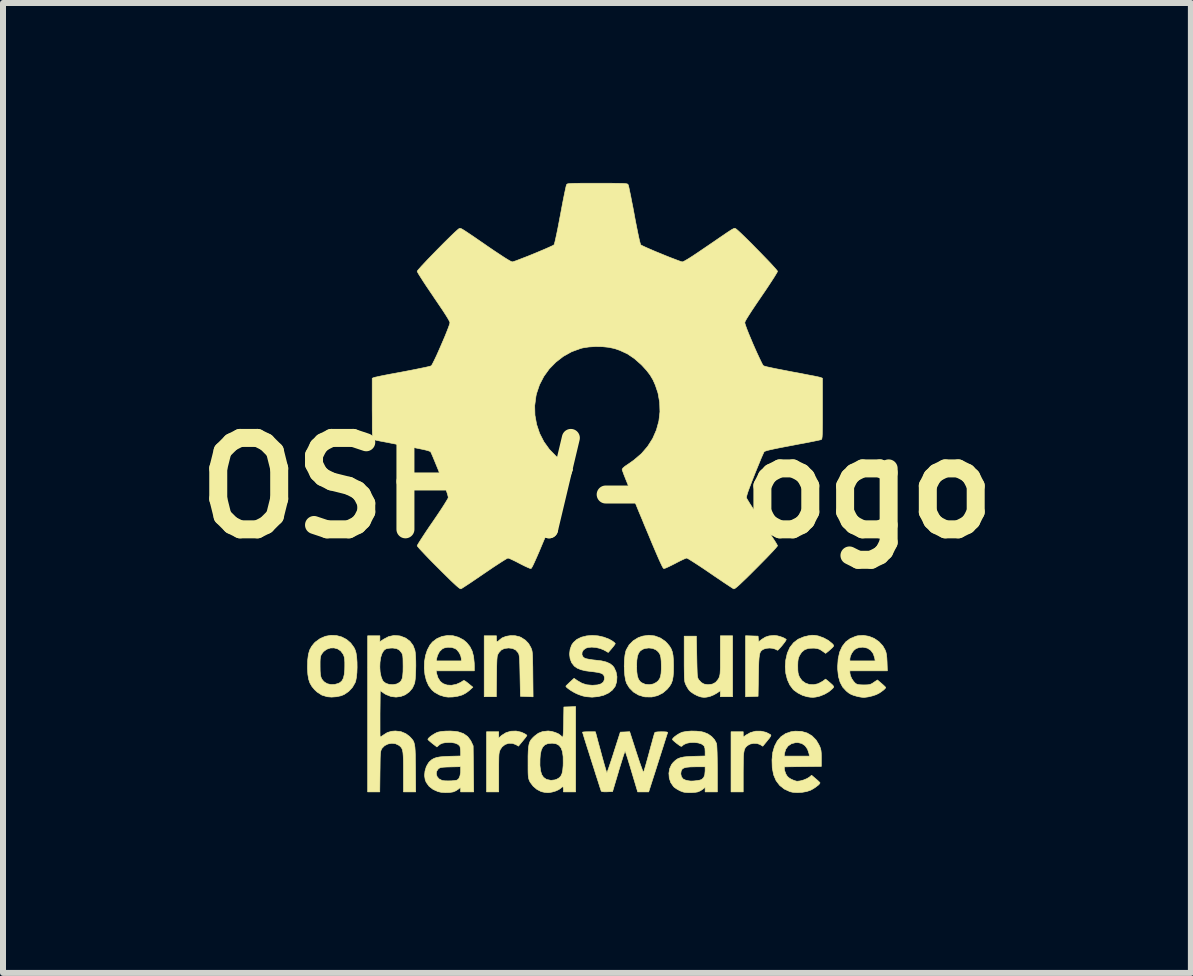
<source format=kicad_pcb>
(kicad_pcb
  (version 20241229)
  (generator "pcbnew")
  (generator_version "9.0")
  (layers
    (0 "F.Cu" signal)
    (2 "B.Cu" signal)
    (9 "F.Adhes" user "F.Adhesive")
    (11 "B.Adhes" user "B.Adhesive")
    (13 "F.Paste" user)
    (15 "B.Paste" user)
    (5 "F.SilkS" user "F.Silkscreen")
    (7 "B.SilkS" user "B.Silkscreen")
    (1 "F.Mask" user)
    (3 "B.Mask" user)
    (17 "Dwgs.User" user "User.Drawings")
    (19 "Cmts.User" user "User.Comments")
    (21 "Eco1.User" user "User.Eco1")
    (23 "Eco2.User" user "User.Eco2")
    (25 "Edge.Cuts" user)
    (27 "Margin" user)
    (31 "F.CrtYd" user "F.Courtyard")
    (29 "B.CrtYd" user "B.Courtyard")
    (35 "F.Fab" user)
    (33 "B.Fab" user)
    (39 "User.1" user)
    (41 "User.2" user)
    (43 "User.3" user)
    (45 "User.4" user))
  (footprint "OSHW-logo"
    (layer "F.Cu")
    (at 6.902 5.085)
    (property "Reference" "OSHW-logo" (at 0 0 0) (layer "F.SilkS") (effects (font (size 1.524 1.524) (thickness 0.3))))
    (attr through_hole board_only exclude_from_pos_files exclude_from_bom allow_missing_courtyard)
    (fp_poly (pts (xy 2.821 4.074) (xy 2.894 4.113) (xy 2.9 4.122) (xy 2.894 4.14) (xy 2.875 4.169) (xy 2.84 4.212) (xy 2.838 4.215) (xy 2.764 4.305) (xy 2.721 4.278) (xy 2.671 4.26) (xy 2.611 4.257) (xy 2.554 4.269) (xy 2.517 4.289) (xy 2.495 4.306) (xy 2.477 4.325) (xy 2.464 4.347) (xy 2.454 4.377) (xy 2.447 4.417) (xy 2.442 4.47) (xy 2.44 4.54) (xy 2.439 4.629) (xy 2.438 4.734) (xy 2.438 5.067) (xy 2.235 5.067) (xy 2.235 4.064) (xy 2.438 4.064) (xy 2.438 4.154) (xy 2.483 4.12) (xy 2.56 4.077) (xy 2.646 4.054) (xy 2.735 4.054) (xy 2.821 4.074)) (stroke (width 0.01) (type solid)) (fill yes) (layer "F.SilkS"))
    (fp_poly (pts (xy -1.262 4.071) (xy -1.235 4.083) (xy -1.199 4.101) (xy -1.175 4.117) (xy -1.168 4.124) (xy -1.176 4.138) (xy -1.196 4.166) (xy -1.226 4.203) (xy -1.239 4.219) (xy -1.309 4.304) (xy -1.35 4.279) (xy -1.41 4.257) (xy -1.472 4.256) (xy -1.531 4.276) (xy -1.581 4.315) (xy -1.61 4.356) (xy -1.618 4.374) (xy -1.625 4.392) (xy -1.63 4.414) (xy -1.634 4.443) (xy -1.636 4.482) (xy -1.637 4.535) (xy -1.638 4.606) (xy -1.638 4.696) (xy -1.638 4.74) (xy -1.638 5.067) (xy -1.841 5.067) (xy -1.841 4.064) (xy -1.638 4.064) (xy -1.638 4.168) (xy -1.588 4.124) (xy -1.516 4.079) (xy -1.435 4.055) (xy -1.348 4.052) (xy -1.262 4.071)) (stroke (width 0.01) (type solid)) (fill yes) (layer "F.SilkS"))
    (fp_poly (pts (xy 2.965 2.459) (xy 3.006 2.464) (xy 3.054 2.477) (xy 3.1 2.493) (xy 3.136 2.511) (xy 3.156 2.527) (xy 3.15 2.539) (xy 3.133 2.566) (xy 3.107 2.6) (xy 3.078 2.636) (xy 3.049 2.669) (xy 3.026 2.694) (xy 3.013 2.705) (xy 3.012 2.705) (xy 2.996 2.699) (xy 2.972 2.686) (xy 2.93 2.673) (xy 2.877 2.668) (xy 2.823 2.673) (xy 2.783 2.685) (xy 2.759 2.698) (xy 2.741 2.712) (xy 2.726 2.73) (xy 2.716 2.754) (xy 2.708 2.789) (xy 2.702 2.836) (xy 2.698 2.898) (xy 2.695 2.979) (xy 2.693 3.082) (xy 2.692 3.124) (xy 2.686 3.473) (xy 2.581 3.477) (xy 2.477 3.481) (xy 2.477 2.463) (xy 2.686 2.47) (xy 2.694 2.564) (xy 2.751 2.521) (xy 2.808 2.486) (xy 2.869 2.466) (xy 2.944 2.459) (xy 2.965 2.459)) (stroke (width 0.01) (type solid)) (fill yes) (layer "F.SilkS"))
    (fp_poly (pts (xy -1.363 2.463) (xy -1.291 2.48) (xy -1.264 2.492) (xy -1.193 2.538) (xy -1.14 2.594) (xy -1.102 2.661) (xy -1.094 2.68) (xy -1.087 2.699) (xy -1.082 2.721) (xy -1.078 2.75) (xy -1.075 2.788) (xy -1.073 2.838) (xy -1.072 2.905) (xy -1.07 2.99) (xy -1.069 3.097) (xy -1.069 3.103) (xy -1.065 3.481) (xy -1.171 3.477) (xy -1.276 3.473) (xy -1.283 3.131) (xy -1.285 3.027) (xy -1.287 2.945) (xy -1.289 2.883) (xy -1.292 2.836) (xy -1.296 2.803) (xy -1.3 2.779) (xy -1.306 2.761) (xy -1.313 2.748) (xy -1.353 2.702) (xy -1.407 2.675) (xy -1.473 2.667) (xy -1.541 2.675) (xy -1.593 2.699) (xy -1.635 2.744) (xy -1.64 2.752) (xy -1.649 2.768) (xy -1.656 2.783) (xy -1.662 2.802) (xy -1.665 2.828) (xy -1.668 2.864) (xy -1.67 2.914) (xy -1.672 2.98) (xy -1.673 3.066) (xy -1.674 3.14) (xy -1.678 3.48) (xy -1.88 3.48) (xy -1.88 2.464) (xy -1.676 2.464) (xy -1.676 2.515) (xy -1.674 2.551) (xy -1.664 2.563) (xy -1.645 2.553) (xy -1.631 2.538) (xy -1.581 2.499) (xy -1.515 2.473) (xy -1.44 2.461) (xy -1.363 2.463)) (stroke (width 0.01) (type solid)) (fill yes) (layer "F.SilkS"))
    (fp_poly (pts (xy 2.261 3.48) (xy 2.057 3.48) (xy 2.057 3.38) (xy 1.994 3.422) (xy 1.946 3.449) (xy 1.893 3.471) (xy 1.867 3.479) (xy 1.818 3.488) (xy 1.782 3.49) (xy 1.746 3.486) (xy 1.719 3.48) (xy 1.67 3.462) (xy 1.615 3.433) (xy 1.565 3.399) (xy 1.54 3.376) (xy 1.519 3.347) (xy 1.495 3.306) (xy 1.483 3.283) (xy 1.475 3.264) (xy 1.468 3.245) (xy 1.463 3.224) (xy 1.46 3.196) (xy 1.457 3.159) (xy 1.456 3.11) (xy 1.455 3.046) (xy 1.454 2.962) (xy 1.454 2.857) (xy 1.454 2.845) (xy 1.454 2.47) (xy 1.657 2.47) (xy 1.664 2.815) (xy 1.666 2.919) (xy 1.668 2.999) (xy 1.67 3.061) (xy 1.672 3.107) (xy 1.676 3.139) (xy 1.68 3.162) (xy 1.686 3.178) (xy 1.693 3.191) (xy 1.696 3.196) (xy 1.739 3.243) (xy 1.785 3.269) (xy 1.842 3.278) (xy 1.852 3.279) (xy 1.922 3.27) (xy 1.977 3.242) (xy 2.019 3.192) (xy 2.029 3.175) (xy 2.038 3.157) (xy 2.044 3.139) (xy 2.049 3.117) (xy 2.053 3.088) (xy 2.055 3.049) (xy 2.057 2.996) (xy 2.057 2.926) (xy 2.057 2.835) (xy 2.057 2.791) (xy 2.057 2.464) (xy 2.261 2.464) (xy 2.261 3.48)) (stroke (width 0.01) (type solid)) (fill yes) (layer "F.SilkS"))
    (fp_poly (pts (xy -2.4 2.463) (xy -2.31 2.488) (xy -2.227 2.532) (xy -2.174 2.576) (xy -2.12 2.642) (xy -2.081 2.719) (xy -2.057 2.81) (xy -2.046 2.919) (xy -2.045 2.969) (xy -2.045 3.048) (xy -2.681 3.048) (xy -2.672 3.096) (xy -2.65 3.166) (xy -2.612 3.225) (xy -2.565 3.262) (xy -2.5 3.285) (xy -2.425 3.289) (xy -2.347 3.274) (xy -2.272 3.241) (xy -2.241 3.22) (xy -2.226 3.211) (xy -2.211 3.211) (xy -2.191 3.223) (xy -2.159 3.247) (xy -2.142 3.261) (xy -2.069 3.321) (xy -2.127 3.374) (xy -2.172 3.409) (xy -2.223 3.439) (xy -2.252 3.452) (xy -2.323 3.472) (xy -2.403 3.484) (xy -2.482 3.486) (xy -2.538 3.479) (xy -2.626 3.451) (xy -2.705 3.407) (xy -2.752 3.367) (xy -2.805 3.297) (xy -2.844 3.21) (xy -2.868 3.112) (xy -2.879 3.007) (xy -2.876 2.9) (xy -2.873 2.883) (xy -2.679 2.883) (xy -2.261 2.883) (xy -2.261 2.847) (xy -2.271 2.798) (xy -2.296 2.746) (xy -2.332 2.701) (xy -2.362 2.678) (xy -2.421 2.658) (xy -2.486 2.655) (xy -2.547 2.667) (xy -2.579 2.683) (xy -2.625 2.727) (xy -2.658 2.79) (xy -2.672 2.842) (xy -2.679 2.883) (xy -2.873 2.883) (xy -2.859 2.796) (xy -2.828 2.701) (xy -2.784 2.618) (xy -2.742 2.567) (xy -2.668 2.511) (xy -2.584 2.475) (xy -2.493 2.459) (xy -2.4 2.463)) (stroke (width 0.01) (type solid)) (fill yes) (layer "F.SilkS"))
    (fp_poly (pts (xy 0.963 2.466) (xy 1.055 2.5) (xy 1.138 2.556) (xy 1.173 2.592) (xy 1.21 2.637) (xy 1.237 2.682) (xy 1.256 2.732) (xy 1.268 2.792) (xy 1.274 2.867) (xy 1.276 2.961) (xy 1.276 2.972) (xy 1.275 3.069) (xy 1.269 3.145) (xy 1.258 3.206) (xy 1.24 3.257) (xy 1.213 3.302) (xy 1.177 3.347) (xy 1.173 3.352) (xy 1.099 3.416) (xy 1.011 3.461) (xy 0.914 3.484) (xy 0.811 3.483) (xy 0.785 3.48) (xy 0.691 3.451) (xy 0.608 3.401) (xy 0.54 3.332) (xy 0.493 3.255) (xy 0.476 3.2) (xy 0.464 3.126) (xy 0.457 3.042) (xy 0.455 2.968) (xy 0.661 2.968) (xy 0.661 2.971) (xy 0.664 3.063) (xy 0.673 3.133) (xy 0.691 3.186) (xy 0.717 3.224) (xy 0.743 3.246) (xy 0.803 3.272) (xy 0.871 3.279) (xy 0.937 3.268) (xy 0.99 3.241) (xy 1.022 3.213) (xy 1.045 3.181) (xy 1.06 3.142) (xy 1.069 3.089) (xy 1.073 3.018) (xy 1.073 2.972) (xy 1.071 2.889) (xy 1.065 2.827) (xy 1.053 2.78) (xy 1.033 2.744) (xy 1.004 2.714) (xy 0.979 2.696) (xy 0.927 2.674) (xy 0.864 2.667) (xy 0.8 2.675) (xy 0.762 2.689) (xy 0.722 2.716) (xy 0.693 2.754) (xy 0.674 2.807) (xy 0.664 2.877) (xy 0.661 2.968) (xy 0.455 2.968) (xy 0.455 2.952) (xy 0.458 2.864) (xy 0.467 2.784) (xy 0.481 2.72) (xy 0.488 2.7) (xy 0.536 2.616) (xy 0.604 2.547) (xy 0.688 2.495) (xy 0.764 2.469) (xy 0.865 2.455) (xy 0.963 2.466)) (stroke (width 0.01) (type solid)) (fill yes) (layer "F.SilkS"))
    (fp_poly (pts (xy 3.41 4.058) (xy 3.504 4.085) (xy 3.585 4.133) (xy 3.653 4.202) (xy 3.697 4.275) (xy 3.716 4.314) (xy 3.728 4.347) (xy 3.735 4.38) (xy 3.739 4.42) (xy 3.74 4.476) (xy 3.74 4.501) (xy 3.74 4.642) (xy 3.432 4.645) (xy 3.124 4.649) (xy 3.124 4.683) (xy 3.13 4.715) (xy 3.144 4.755) (xy 3.15 4.77) (xy 3.175 4.81) (xy 3.21 4.839) (xy 3.242 4.857) (xy 3.284 4.875) (xy 3.322 4.887) (xy 3.34 4.889) (xy 3.39 4.883) (xy 3.447 4.867) (xy 3.502 4.844) (xy 3.541 4.82) (xy 3.578 4.789) (xy 3.646 4.847) (xy 3.681 4.877) (xy 3.706 4.901) (xy 3.718 4.914) (xy 3.718 4.915) (xy 3.712 4.93) (xy 3.689 4.954) (xy 3.653 4.981) (xy 3.612 5.01) (xy 3.569 5.034) (xy 3.557 5.04) (xy 3.493 5.061) (xy 3.417 5.074) (xy 3.338 5.078) (xy 3.264 5.073) (xy 3.219 5.063) (xy 3.123 5.019) (xy 3.046 4.958) (xy 2.986 4.879) (xy 2.945 4.783) (xy 2.923 4.67) (xy 2.922 4.665) (xy 2.918 4.531) (xy 2.924 4.47) (xy 3.121 4.47) (xy 3.543 4.47) (xy 3.535 4.429) (xy 3.51 4.354) (xy 3.47 4.297) (xy 3.416 4.26) (xy 3.35 4.244) (xy 3.312 4.245) (xy 3.242 4.263) (xy 3.186 4.301) (xy 3.147 4.355) (xy 3.128 4.418) (xy 3.121 4.47) (xy 2.924 4.47) (xy 2.93 4.41) (xy 2.96 4.306) (xy 3.006 4.217) (xy 3.067 4.147) (xy 3.143 4.095) (xy 3.233 4.064) (xy 3.304 4.054) (xy 3.41 4.058)) (stroke (width 0.01) (type solid)) (fill yes) (layer "F.SilkS"))
    (fp_poly (pts (xy 3.627 2.456) (xy 3.675 2.464) (xy 3.696 2.469) (xy 3.778 2.499) (xy 3.856 2.541) (xy 3.918 2.591) (xy 3.924 2.597) (xy 3.943 2.619) (xy 3.946 2.634) (xy 3.933 2.651) (xy 3.93 2.656) (xy 3.904 2.68) (xy 3.87 2.71) (xy 3.859 2.72) (xy 3.812 2.757) (xy 3.753 2.715) (xy 3.715 2.691) (xy 3.678 2.678) (xy 3.632 2.671) (xy 3.609 2.67) (xy 3.528 2.673) (xy 3.464 2.695) (xy 3.413 2.737) (xy 3.379 2.788) (xy 3.363 2.823) (xy 3.354 2.856) (xy 3.349 2.896) (xy 3.347 2.951) (xy 3.347 2.972) (xy 3.348 3.034) (xy 3.352 3.079) (xy 3.36 3.114) (xy 3.374 3.148) (xy 3.376 3.153) (xy 3.418 3.212) (xy 3.475 3.253) (xy 3.541 3.276) (xy 3.614 3.279) (xy 3.687 3.263) (xy 3.758 3.225) (xy 3.769 3.218) (xy 3.811 3.186) (xy 3.858 3.224) (xy 3.892 3.253) (xy 3.922 3.28) (xy 3.93 3.288) (xy 3.945 3.307) (xy 3.945 3.322) (xy 3.929 3.342) (xy 3.924 3.347) (xy 3.866 3.396) (xy 3.792 3.439) (xy 3.714 3.47) (xy 3.702 3.473) (xy 3.649 3.485) (xy 3.605 3.49) (xy 3.559 3.488) (xy 3.504 3.48) (xy 3.427 3.457) (xy 3.35 3.418) (xy 3.282 3.369) (xy 3.269 3.356) (xy 3.215 3.284) (xy 3.174 3.194) (xy 3.148 3.091) (xy 3.139 2.98) (xy 3.147 2.869) (xy 3.173 2.754) (xy 3.216 2.658) (xy 3.277 2.58) (xy 3.354 2.521) (xy 3.45 2.481) (xy 3.527 2.463) (xy 3.582 2.455) (xy 3.627 2.456)) (stroke (width 0.01) (type solid)) (fill yes) (layer "F.SilkS"))
    (fp_poly (pts (xy -4.343 2.46) (xy -4.256 2.483) (xy -4.175 2.525) (xy -4.105 2.585) (xy -4.05 2.661) (xy -4.031 2.701) (xy -4.016 2.752) (xy -4.006 2.822) (xy -4 2.904) (xy -3.999 2.991) (xy -4.002 3.077) (xy -4.01 3.155) (xy -4.022 3.217) (xy -4.031 3.244) (xy -4.077 3.324) (xy -4.14 3.392) (xy -4.215 3.443) (xy -4.267 3.464) (xy -4.343 3.48) (xy -4.425 3.486) (xy -4.497 3.48) (xy -4.586 3.453) (xy -4.665 3.402) (xy -4.707 3.363) (xy -4.752 3.309) (xy -4.785 3.252) (xy -4.807 3.187) (xy -4.82 3.108) (xy -4.826 3.012) (xy -4.826 2.972) (xy -4.616 2.972) (xy -4.615 3.05) (xy -4.611 3.108) (xy -4.602 3.152) (xy -4.587 3.186) (xy -4.564 3.215) (xy -4.544 3.235) (xy -4.497 3.263) (xy -4.437 3.277) (xy -4.372 3.275) (xy -4.311 3.258) (xy -4.282 3.243) (xy -4.25 3.213) (xy -4.227 3.17) (xy -4.213 3.11) (xy -4.205 3.031) (xy -4.204 2.971) (xy -4.204 2.905) (xy -4.207 2.857) (xy -4.212 2.822) (xy -4.221 2.794) (xy -4.232 2.769) (xy -4.272 2.716) (xy -4.324 2.682) (xy -4.384 2.666) (xy -4.446 2.668) (xy -4.506 2.689) (xy -4.559 2.728) (xy -4.59 2.769) (xy -4.602 2.791) (xy -4.609 2.816) (xy -4.614 2.85) (xy -4.616 2.897) (xy -4.616 2.964) (xy -4.616 2.972) (xy -4.826 2.972) (xy -4.822 2.863) (xy -4.811 2.775) (xy -4.79 2.702) (xy -4.757 2.641) (xy -4.713 2.586) (xy -4.693 2.567) (xy -4.613 2.509) (xy -4.526 2.472) (xy -4.435 2.456) (xy -4.343 2.46)) (stroke (width 0.01) (type solid)) (fill yes) (layer "F.SilkS"))
    (fp_poly (pts (xy 4.535 2.473) (xy 4.623 2.509) (xy 4.701 2.563) (xy 4.765 2.632) (xy 4.802 2.697) (xy 4.817 2.735) (xy 4.826 2.777) (xy 4.832 2.831) (xy 4.836 2.902) (xy 4.836 2.905) (xy 4.841 3.048) (xy 4.216 3.048) (xy 4.216 3.083) (xy 4.225 3.127) (xy 4.247 3.178) (xy 4.278 3.224) (xy 4.309 3.257) (xy 4.333 3.271) (xy 4.363 3.279) (xy 4.405 3.282) (xy 4.449 3.283) (xy 4.503 3.282) (xy 4.539 3.278) (xy 4.568 3.269) (xy 4.598 3.252) (xy 4.614 3.241) (xy 4.675 3.2) (xy 4.744 3.259) (xy 4.778 3.289) (xy 4.803 3.313) (xy 4.813 3.326) (xy 4.813 3.327) (xy 4.803 3.344) (xy 4.776 3.369) (xy 4.736 3.399) (xy 4.701 3.422) (xy 4.652 3.446) (xy 4.588 3.467) (xy 4.519 3.483) (xy 4.458 3.491) (xy 4.439 3.491) (xy 4.403 3.487) (xy 4.358 3.479) (xy 4.337 3.474) (xy 4.277 3.457) (xy 4.233 3.439) (xy 4.195 3.416) (xy 4.156 3.384) (xy 4.096 3.319) (xy 4.053 3.238) (xy 4.025 3.14) (xy 4.013 3.024) (xy 4.012 2.977) (xy 4.021 2.847) (xy 4.021 2.847) (xy 4.216 2.847) (xy 4.216 2.883) (xy 4.638 2.883) (xy 4.63 2.835) (xy 4.606 2.762) (xy 4.565 2.707) (xy 4.509 2.67) (xy 4.441 2.655) (xy 4.427 2.654) (xy 4.369 2.66) (xy 4.32 2.677) (xy 4.318 2.678) (xy 4.279 2.71) (xy 4.245 2.757) (xy 4.223 2.809) (xy 4.216 2.847) (xy 4.021 2.847) (xy 4.046 2.735) (xy 4.089 2.641) (xy 4.148 2.565) (xy 4.224 2.509) (xy 4.315 2.472) (xy 4.346 2.464) (xy 4.441 2.457) (xy 4.535 2.473)) (stroke (width 0.01) (type solid)) (fill yes) (layer "F.SilkS"))
    (fp_poly (pts (xy -0.356 5.067) (xy -0.559 5.067) (xy -0.559 5.023) (xy -0.562 4.99) (xy -0.573 4.98) (xy -0.594 4.994) (xy -0.603 5.004) (xy -0.636 5.028) (xy -0.686 5.051) (xy -0.743 5.068) (xy -0.799 5.078) (xy -0.823 5.079) (xy -0.873 5.074) (xy -0.924 5.063) (xy -0.935 5.059) (xy -1.002 5.024) (xy -1.064 4.971) (xy -1.112 4.908) (xy -1.12 4.893) (xy -1.13 4.871) (xy -1.137 4.85) (xy -1.142 4.825) (xy -1.146 4.793) (xy -1.148 4.749) (xy -1.149 4.689) (xy -1.149 4.627) (xy -0.951 4.627) (xy -0.941 4.712) (xy -0.922 4.777) (xy -0.891 4.824) (xy -0.849 4.854) (xy -0.836 4.86) (xy -0.767 4.874) (xy -0.7 4.866) (xy -0.666 4.853) (xy -0.629 4.831) (xy -0.602 4.802) (xy -0.583 4.761) (xy -0.571 4.705) (xy -0.564 4.629) (xy -0.563 4.585) (xy -0.564 4.48) (xy -0.575 4.397) (xy -0.598 4.334) (xy -0.632 4.291) (xy -0.679 4.265) (xy -0.74 4.255) (xy -0.754 4.255) (xy -0.819 4.261) (xy -0.868 4.282) (xy -0.905 4.319) (xy -0.93 4.375) (xy -0.945 4.451) (xy -0.95 4.519) (xy -0.951 4.627) (xy -1.149 4.627) (xy -1.149 4.609) (xy -1.149 4.572) (xy -1.149 4.468) (xy -1.146 4.386) (xy -1.141 4.322) (xy -1.132 4.271) (xy -1.119 4.231) (xy -1.1 4.198) (xy -1.074 4.168) (xy -1.042 4.137) (xy -0.978 4.089) (xy -0.91 4.062) (xy -0.83 4.052) (xy -0.811 4.051) (xy -0.756 4.058) (xy -0.697 4.075) (xy -0.643 4.098) (xy -0.604 4.126) (xy -0.599 4.132) (xy -0.58 4.149) (xy -0.57 4.153) (xy -0.567 4.141) (xy -0.563 4.107) (xy -0.56 4.056) (xy -0.558 3.991) (xy -0.556 3.915) (xy -0.556 3.902) (xy -0.552 3.651) (xy -0.454 3.648) (xy -0.356 3.644) (xy -0.356 5.067)) (stroke (width 0.01) (type solid)) (fill yes) (layer "F.SilkS"))
    (fp_poly (pts (xy -2.368 4.057) (xy -2.313 4.065) (xy -2.227 4.094) (xy -2.158 4.142) (xy -2.108 4.207) (xy -2.098 4.226) (xy -2.064 4.299) (xy -2.055 5.067) (xy -2.273 5.067) (xy -2.273 4.989) (xy -2.312 5.021) (xy -2.351 5.047) (xy -2.395 5.066) (xy -2.398 5.067) (xy -2.457 5.076) (xy -2.528 5.078) (xy -2.599 5.073) (xy -2.65 5.062) (xy -2.732 5.025) (xy -2.799 4.973) (xy -2.846 4.908) (xy -2.863 4.867) (xy -2.874 4.797) (xy -2.872 4.769) (xy -2.679 4.769) (xy -2.665 4.812) (xy -2.634 4.849) (xy -2.587 4.873) (xy -2.571 4.878) (xy -2.532 4.882) (xy -2.48 4.883) (xy -2.424 4.882) (xy -2.373 4.877) (xy -2.337 4.871) (xy -2.331 4.869) (xy -2.304 4.846) (xy -2.285 4.803) (xy -2.274 4.747) (xy -2.273 4.718) (xy -2.273 4.646) (xy -2.444 4.65) (xy -2.513 4.652) (xy -2.562 4.655) (xy -2.595 4.659) (xy -2.617 4.665) (xy -2.634 4.674) (xy -2.647 4.685) (xy -2.674 4.725) (xy -2.679 4.769) (xy -2.872 4.769) (xy -2.867 4.72) (xy -2.845 4.646) (xy -2.809 4.583) (xy -2.786 4.557) (xy -2.752 4.528) (xy -2.716 4.508) (xy -2.673 4.493) (xy -2.618 4.483) (xy -2.548 4.477) (xy -2.461 4.473) (xy -2.273 4.468) (xy -2.273 4.398) (xy -2.276 4.354) (xy -2.282 4.317) (xy -2.287 4.303) (xy -2.315 4.275) (xy -2.363 4.254) (xy -2.424 4.243) (xy -2.455 4.242) (xy -2.526 4.245) (xy -2.578 4.255) (xy -2.617 4.273) (xy -2.635 4.288) (xy -2.668 4.317) (xy -2.744 4.259) (xy -2.78 4.229) (xy -2.807 4.205) (xy -2.819 4.191) (xy -2.819 4.19) (xy -2.809 4.172) (xy -2.782 4.147) (xy -2.745 4.12) (xy -2.704 4.095) (xy -2.665 4.075) (xy -2.649 4.07) (xy -2.593 4.059) (xy -2.521 4.053) (xy -2.443 4.052) (xy -2.368 4.057)) (stroke (width 0.01) (type solid)) (fill yes) (layer "F.SilkS"))
    (fp_poly (pts (xy 0.018 2.465) (xy 0.115 2.487) (xy 0.207 2.523) (xy 0.263 2.556) (xy 0.29 2.577) (xy 0.304 2.593) (xy 0.305 2.595) (xy 0.297 2.609) (xy 0.277 2.637) (xy 0.248 2.672) (xy 0.247 2.674) (xy 0.188 2.742) (xy 0.118 2.702) (xy 0.055 2.676) (xy -0.016 2.659) (xy -0.087 2.653) (xy -0.15 2.659) (xy -0.189 2.672) (xy -0.228 2.703) (xy -0.249 2.742) (xy -0.25 2.782) (xy -0.231 2.818) (xy -0.204 2.838) (xy -0.176 2.847) (xy -0.13 2.856) (xy -0.073 2.865) (xy -0.025 2.87) (xy 0.076 2.882) (xy 0.156 2.902) (xy 0.217 2.929) (xy 0.262 2.965) (xy 0.285 2.994) (xy 0.318 3.066) (xy 0.333 3.147) (xy 0.328 3.229) (xy 0.304 3.305) (xy 0.301 3.31) (xy 0.256 3.369) (xy 0.192 3.418) (xy 0.112 3.455) (xy 0.019 3.478) (xy -0.081 3.487) (xy -0.183 3.479) (xy -0.236 3.467) (xy -0.296 3.447) (xy -0.34 3.429) (xy -0.387 3.405) (xy -0.434 3.377) (xy -0.474 3.349) (xy -0.504 3.325) (xy -0.518 3.307) (xy -0.518 3.303) (xy -0.508 3.291) (xy -0.483 3.267) (xy -0.451 3.236) (xy -0.448 3.234) (xy -0.382 3.173) (xy -0.325 3.213) (xy -0.247 3.257) (xy -0.169 3.281) (xy -0.079 3.289) (xy -0.074 3.289) (xy 0.008 3.283) (xy 0.068 3.265) (xy 0.107 3.235) (xy 0.124 3.192) (xy 0.125 3.16) (xy 0.117 3.129) (xy 0.099 3.105) (xy 0.067 3.088) (xy 0.018 3.075) (xy -0.052 3.065) (xy -0.088 3.061) (xy -0.189 3.048) (xy -0.268 3.029) (xy -0.33 3.003) (xy -0.377 2.97) (xy -0.379 2.968) (xy -0.422 2.913) (xy -0.448 2.844) (xy -0.457 2.768) (xy -0.448 2.692) (xy -0.423 2.62) (xy -0.393 2.576) (xy -0.336 2.525) (xy -0.261 2.488) (xy -0.175 2.466) (xy -0.08 2.458) (xy 0.018 2.465)) (stroke (width 0.01) (type solid)) (fill yes) (layer "F.SilkS"))
    (fp_poly (pts (xy 1.661 4.054) (xy 1.741 4.063) (xy 1.783 4.073) (xy 1.851 4.101) (xy 1.912 4.144) (xy 1.96 4.197) (xy 1.99 4.253) (xy 1.993 4.261) (xy 1.997 4.29) (xy 2 4.343) (xy 2.003 4.416) (xy 2.005 4.509) (xy 2.006 4.619) (xy 2.007 4.689) (xy 2.007 5.067) (xy 1.803 5.067) (xy 1.803 4.989) (xy 1.765 5.021) (xy 1.726 5.047) (xy 1.682 5.066) (xy 1.679 5.067) (xy 1.635 5.074) (xy 1.578 5.078) (xy 1.518 5.078) (xy 1.465 5.074) (xy 1.435 5.068) (xy 1.383 5.048) (xy 1.331 5.019) (xy 1.288 4.989) (xy 1.275 4.976) (xy 1.23 4.911) (xy 1.205 4.835) (xy 1.2 4.766) (xy 1.397 4.766) (xy 1.408 4.815) (xy 1.437 4.852) (xy 1.476 4.87) (xy 1.511 4.878) (xy 1.53 4.882) (xy 1.567 4.886) (xy 1.617 4.884) (xy 1.669 4.878) (xy 1.716 4.87) (xy 1.747 4.858) (xy 1.749 4.857) (xy 1.78 4.826) (xy 1.797 4.781) (xy 1.803 4.716) (xy 1.803 4.711) (xy 1.803 4.648) (xy 1.644 4.648) (xy 1.557 4.65) (xy 1.493 4.656) (xy 1.448 4.668) (xy 1.419 4.688) (xy 1.404 4.717) (xy 1.398 4.755) (xy 1.397 4.766) (xy 1.2 4.766) (xy 1.199 4.756) (xy 1.212 4.679) (xy 1.244 4.609) (xy 1.273 4.573) (xy 1.31 4.539) (xy 1.348 4.513) (xy 1.393 4.496) (xy 1.449 4.484) (xy 1.52 4.477) (xy 1.611 4.473) (xy 1.616 4.473) (xy 1.803 4.468) (xy 1.803 4.394) (xy 1.8 4.34) (xy 1.788 4.305) (xy 1.781 4.295) (xy 1.742 4.267) (xy 1.687 4.25) (xy 1.623 4.242) (xy 1.556 4.244) (xy 1.495 4.256) (xy 1.446 4.278) (xy 1.424 4.297) (xy 1.414 4.306) (xy 1.4 4.306) (xy 1.378 4.294) (xy 1.343 4.268) (xy 1.332 4.26) (xy 1.296 4.231) (xy 1.269 4.207) (xy 1.258 4.193) (xy 1.257 4.192) (xy 1.268 4.172) (xy 1.295 4.146) (xy 1.333 4.118) (xy 1.374 4.093) (xy 1.415 4.074) (xy 1.424 4.071) (xy 1.492 4.058) (xy 1.574 4.052) (xy 1.661 4.054)) (stroke (width 0.01) (type solid)) (fill yes) (layer "F.SilkS"))
    (fp_poly (pts (xy 0.656 4.406) (xy 0.685 4.494) (xy 0.711 4.573) (xy 0.735 4.64) (xy 0.754 4.692) (xy 0.767 4.727) (xy 0.775 4.74) (xy 0.775 4.74) (xy 0.781 4.726) (xy 0.792 4.69) (xy 0.808 4.637) (xy 0.827 4.569) (xy 0.849 4.49) (xy 0.87 4.413) (xy 0.893 4.327) (xy 0.915 4.248) (xy 0.933 4.181) (xy 0.948 4.128) (xy 0.958 4.093) (xy 0.962 4.08) (xy 0.976 4.071) (xy 1.012 4.066) (xy 1.071 4.064) (xy 1.076 4.064) (xy 1.131 4.065) (xy 1.164 4.068) (xy 1.177 4.074) (xy 1.178 4.08) (xy 1.172 4.096) (xy 1.16 4.133) (xy 1.143 4.186) (xy 1.122 4.252) (xy 1.099 4.325) (xy 1.095 4.337) (xy 1.064 4.434) (xy 1.029 4.544) (xy 0.993 4.658) (xy 0.959 4.765) (xy 0.94 4.823) (xy 0.862 5.067) (xy 0.679 5.067) (xy 0.578 4.73) (xy 0.552 4.642) (xy 0.527 4.562) (xy 0.506 4.493) (xy 0.488 4.439) (xy 0.476 4.403) (xy 0.47 4.388) (xy 0.469 4.388) (xy 0.464 4.398) (xy 0.452 4.43) (xy 0.435 4.48) (xy 0.415 4.545) (xy 0.391 4.622) (xy 0.364 4.709) (xy 0.361 4.722) (xy 0.26 5.061) (xy 0.168 5.065) (xy 0.115 5.065) (xy 0.084 5.061) (xy 0.07 5.053) (xy 0.07 5.052) (xy 0.063 5.03) (xy 0.049 4.989) (xy 0.031 4.931) (xy 0.008 4.859) (xy -0.019 4.777) (xy -0.047 4.687) (xy -0.077 4.594) (xy -0.107 4.499) (xy -0.136 4.407) (xy -0.164 4.32) (xy -0.189 4.241) (xy -0.21 4.173) (xy -0.226 4.12) (xy -0.237 4.085) (xy -0.241 4.071) (xy -0.241 4.071) (xy -0.23 4.068) (xy -0.198 4.065) (xy -0.153 4.064) (xy -0.134 4.064) (xy -0.027 4.064) (xy -0.015 4.105) (xy -0.009 4.129) (xy 0.003 4.173) (xy 0.019 4.234) (xy 0.039 4.307) (xy 0.062 4.39) (xy 0.077 4.448) (xy 0.1 4.531) (xy 0.121 4.606) (xy 0.139 4.668) (xy 0.153 4.715) (xy 0.162 4.743) (xy 0.165 4.749) (xy 0.17 4.738) (xy 0.182 4.705) (xy 0.2 4.654) (xy 0.222 4.588) (xy 0.248 4.51) (xy 0.276 4.424) (xy 0.28 4.41) (xy 0.389 4.07) (xy 0.467 4.067) (xy 0.545 4.063) (xy 0.656 4.406)) (stroke (width 0.01) (type solid)) (fill yes) (layer "F.SilkS"))
    (fp_poly (pts (xy -3.296 2.465) (xy -3.275 2.469) (xy -3.188 2.503) (xy -3.118 2.555) (xy -3.066 2.625) (xy -3.036 2.703) (xy -3.029 2.745) (xy -3.024 2.806) (xy -3.021 2.88) (xy -3.02 2.961) (xy -3.022 3.043) (xy -3.025 3.121) (xy -3.03 3.188) (xy -3.037 3.239) (xy -3.04 3.255) (xy -3.075 3.334) (xy -3.128 3.398) (xy -3.194 3.446) (xy -3.269 3.475) (xy -3.35 3.486) (xy -3.433 3.476) (xy -3.514 3.445) (xy -3.552 3.422) (xy -3.613 3.378) (xy -3.617 3.761) (xy -3.617 3.857) (xy -3.617 3.945) (xy -3.617 4.021) (xy -3.617 4.082) (xy -3.616 4.125) (xy -3.615 4.147) (xy -3.614 4.15) (xy -3.602 4.146) (xy -3.577 4.13) (xy -3.56 4.118) (xy -3.495 4.077) (xy -3.424 4.056) (xy -3.36 4.051) (xy -3.268 4.062) (xy -3.188 4.095) (xy -3.126 4.141) (xy -3.1 4.168) (xy -3.08 4.191) (xy -3.063 4.215) (xy -3.051 4.243) (xy -3.042 4.278) (xy -3.035 4.322) (xy -3.031 4.379) (xy -3.028 4.451) (xy -3.027 4.543) (xy -3.025 4.656) (xy -3.025 4.677) (xy -3.022 5.067) (xy -3.226 5.067) (xy -3.226 4.734) (xy -3.226 4.624) (xy -3.227 4.536) (xy -3.23 4.467) (xy -3.234 4.415) (xy -3.241 4.375) (xy -3.251 4.346) (xy -3.265 4.324) (xy -3.283 4.305) (xy -3.304 4.289) (xy -3.359 4.263) (xy -3.422 4.256) (xy -3.485 4.268) (xy -3.541 4.296) (xy -3.584 4.34) (xy -3.585 4.342) (xy -3.593 4.357) (xy -3.6 4.373) (xy -3.605 4.392) (xy -3.609 4.42) (xy -3.612 4.458) (xy -3.614 4.509) (xy -3.615 4.578) (xy -3.616 4.667) (xy -3.617 4.728) (xy -3.621 5.067) (xy -3.823 5.067) (xy -3.823 2.987) (xy -3.62 2.987) (xy -3.615 3.068) (xy -3.6 3.141) (xy -3.577 3.201) (xy -3.561 3.226) (xy -3.519 3.257) (xy -3.463 3.275) (xy -3.401 3.279) (xy -3.341 3.268) (xy -3.307 3.251) (xy -3.279 3.231) (xy -3.26 3.206) (xy -3.246 3.172) (xy -3.238 3.125) (xy -3.233 3.062) (xy -3.232 2.978) (xy -3.232 2.972) (xy -3.233 2.897) (xy -3.234 2.843) (xy -3.237 2.805) (xy -3.243 2.778) (xy -3.251 2.757) (xy -3.257 2.747) (xy -3.293 2.703) (xy -3.341 2.677) (xy -3.404 2.668) (xy -3.441 2.669) (xy -3.488 2.674) (xy -3.519 2.683) (xy -3.542 2.699) (xy -3.557 2.714) (xy -3.585 2.762) (xy -3.606 2.828) (xy -3.617 2.905) (xy -3.62 2.987) (xy -3.823 2.987) (xy -3.823 2.464) (xy -3.619 2.464) (xy -3.619 2.514) (xy -3.62 2.564) (xy -3.556 2.521) (xy -3.472 2.477) (xy -3.385 2.459) (xy -3.296 2.465)) (stroke (width 0.01) (type solid)) (fill yes) (layer "F.SilkS"))
    (fp_poly (pts (xy 0.132 -5.08) (xy 0.235 -5.08) (xy 0.318 -5.079) (xy 0.382 -5.078) (xy 0.43 -5.077) (xy 0.465 -5.075) (xy 0.489 -5.072) (xy 0.504 -5.069) (xy 0.513 -5.064) (xy 0.518 -5.058) (xy 0.52 -5.055) (xy 0.526 -5.037) (xy 0.535 -4.998) (xy 0.547 -4.939) (xy 0.563 -4.863) (xy 0.58 -4.774) (xy 0.6 -4.675) (xy 0.62 -4.568) (xy 0.623 -4.55) (xy 0.643 -4.443) (xy 0.663 -4.343) (xy 0.681 -4.253) (xy 0.697 -4.177) (xy 0.711 -4.116) (xy 0.722 -4.075) (xy 0.728 -4.055) (xy 0.729 -4.054) (xy 0.746 -4.044) (xy 0.783 -4.026) (xy 0.836 -4.002) (xy 0.901 -3.974) (xy 0.975 -3.942) (xy 1.054 -3.91) (xy 1.134 -3.877) (xy 1.211 -3.846) (xy 1.282 -3.819) (xy 1.342 -3.796) (xy 1.389 -3.779) (xy 1.417 -3.77) (xy 1.423 -3.769) (xy 1.441 -3.775) (xy 1.475 -3.793) (xy 1.526 -3.823) (xy 1.595 -3.867) (xy 1.682 -3.925) (xy 1.788 -3.997) (xy 1.847 -4.037) (xy 1.954 -4.11) (xy 2.041 -4.17) (xy 2.112 -4.218) (xy 2.167 -4.256) (xy 2.21 -4.284) (xy 2.241 -4.304) (xy 2.264 -4.317) (xy 2.28 -4.325) (xy 2.291 -4.328) (xy 2.299 -4.328) (xy 2.306 -4.326) (xy 2.309 -4.325) (xy 2.325 -4.314) (xy 2.356 -4.287) (xy 2.399 -4.247) (xy 2.452 -4.196) (xy 2.513 -4.136) (xy 2.579 -4.071) (xy 2.647 -4.001) (xy 2.716 -3.931) (xy 2.783 -3.862) (xy 2.846 -3.797) (xy 2.902 -3.738) (xy 2.948 -3.687) (xy 2.983 -3.648) (xy 3.005 -3.621) (xy 3.01 -3.612) (xy 3.003 -3.596) (xy 2.983 -3.562) (xy 2.952 -3.511) (xy 2.911 -3.448) (xy 2.862 -3.373) (xy 2.806 -3.289) (xy 2.745 -3.2) (xy 2.737 -3.188) (xy 2.654 -3.066) (xy 2.585 -2.963) (xy 2.532 -2.881) (xy 2.494 -2.82) (xy 2.471 -2.778) (xy 2.464 -2.757) (xy 2.464 -2.757) (xy 2.469 -2.734) (xy 2.483 -2.693) (xy 2.504 -2.636) (xy 2.531 -2.568) (xy 2.563 -2.492) (xy 2.597 -2.411) (xy 2.632 -2.331) (xy 2.667 -2.253) (xy 2.7 -2.182) (xy 2.729 -2.121) (xy 2.752 -2.074) (xy 2.769 -2.045) (xy 2.776 -2.037) (xy 2.794 -2.031) (xy 2.834 -2.02) (xy 2.894 -2.007) (xy 2.969 -1.991) (xy 3.057 -1.974) (xy 3.155 -1.955) (xy 3.252 -1.936) (xy 3.357 -1.917) (xy 3.455 -1.898) (xy 3.542 -1.881) (xy 3.617 -1.867) (xy 3.675 -1.855) (xy 3.714 -1.846) (xy 3.731 -1.841) (xy 3.759 -1.829) (xy 3.759 -1.322) (xy 3.759 -1.195) (xy 3.759 -1.091) (xy 3.758 -1.008) (xy 3.757 -0.943) (xy 3.756 -0.894) (xy 3.754 -0.858) (xy 3.751 -0.834) (xy 3.748 -0.819) (xy 3.743 -0.811) (xy 3.738 -0.806) (xy 3.737 -0.806) (xy 3.72 -0.802) (xy 3.68 -0.793) (xy 3.622 -0.781) (xy 3.548 -0.766) (xy 3.46 -0.749) (xy 3.362 -0.731) (xy 3.259 -0.711) (xy 3.132 -0.687) (xy 3.029 -0.667) (xy 2.947 -0.65) (xy 2.884 -0.636) (xy 2.838 -0.625) (xy 2.808 -0.615) (xy 2.791 -0.607) (xy 2.786 -0.603) (xy 2.778 -0.586) (xy 2.761 -0.549) (xy 2.737 -0.494) (xy 2.709 -0.425) (xy 2.676 -0.345) (xy 2.64 -0.257) (xy 2.628 -0.227) (xy 2.582 -0.109) (xy 2.545 -0.013) (xy 2.518 0.061) (xy 2.501 0.115) (xy 2.493 0.15) (xy 2.492 0.162) (xy 2.5 0.18) (xy 2.522 0.217) (xy 2.554 0.269) (xy 2.596 0.334) (xy 2.646 0.409) (xy 2.701 0.492) (xy 2.754 0.569) (xy 2.813 0.656) (xy 2.868 0.737) (xy 2.916 0.809) (xy 2.956 0.87) (xy 2.986 0.918) (xy 3.004 0.95) (xy 3.01 0.963) (xy 3.001 0.976) (xy 2.976 1.006) (xy 2.937 1.049) (xy 2.886 1.103) (xy 2.824 1.168) (xy 2.754 1.239) (xy 2.677 1.317) (xy 2.657 1.337) (xy 2.565 1.429) (xy 2.489 1.504) (xy 2.427 1.563) (xy 2.379 1.609) (xy 2.342 1.642) (xy 2.315 1.664) (xy 2.296 1.677) (xy 2.284 1.681) (xy 2.279 1.681) (xy 2.263 1.672) (xy 2.229 1.65) (xy 2.179 1.617) (xy 2.115 1.575) (xy 2.042 1.525) (xy 1.96 1.47) (xy 1.887 1.42) (xy 1.801 1.361) (xy 1.72 1.307) (xy 1.648 1.26) (xy 1.587 1.221) (xy 1.539 1.191) (xy 1.508 1.173) (xy 1.495 1.168) (xy 1.476 1.174) (xy 1.439 1.19) (xy 1.389 1.214) (xy 1.33 1.244) (xy 1.304 1.258) (xy 1.243 1.289) (xy 1.189 1.315) (xy 1.147 1.334) (xy 1.119 1.343) (xy 1.113 1.343) (xy 1.107 1.337) (xy 1.095 1.32) (xy 1.08 1.29) (xy 1.059 1.246) (xy 1.032 1.187) (xy 0.999 1.111) (xy 0.959 1.018) (xy 0.911 0.905) (xy 0.856 0.772) (xy 0.791 0.618) (xy 0.755 0.529) (xy 0.698 0.393) (xy 0.645 0.263) (xy 0.596 0.142) (xy 0.55 0.031) (xy 0.511 -0.068) (xy 0.477 -0.152) (xy 0.45 -0.22) (xy 0.432 -0.27) (xy 0.421 -0.299) (xy 0.419 -0.306) (xy 0.43 -0.329) (xy 0.461 -0.357) (xy 0.473 -0.366) (xy 0.509 -0.39) (xy 0.557 -0.423) (xy 0.607 -0.459) (xy 0.618 -0.467) (xy 0.742 -0.573) (xy 0.845 -0.693) (xy 0.929 -0.825) (xy 0.991 -0.967) (xy 1.032 -1.116) (xy 1.05 -1.27) (xy 1.045 -1.427) (xy 1.017 -1.584) (xy 0.972 -1.717) (xy 0.933 -1.804) (xy 0.886 -1.883) (xy 0.828 -1.959) (xy 0.753 -2.041) (xy 0.737 -2.057) (xy 0.624 -2.157) (xy 0.507 -2.236) (xy 0.379 -2.295) (xy 0.286 -2.326) (xy 0.195 -2.345) (xy 0.089 -2.356) (xy -0.023 -2.358) (xy -0.134 -2.351) (xy -0.233 -2.336) (xy -0.273 -2.326) (xy -0.423 -2.271) (xy -0.561 -2.194) (xy -0.685 -2.098) (xy -0.795 -1.986) (xy -0.886 -1.86) (xy -0.958 -1.721) (xy -1.008 -1.573) (xy -1.017 -1.531) (xy -1.038 -1.372) (xy -1.034 -1.213) (xy -1.006 -1.059) (xy -0.956 -0.91) (xy -0.885 -0.771) (xy -0.793 -0.643) (xy -0.681 -0.528) (xy -0.606 -0.467) (xy -0.556 -0.432) (xy -0.507 -0.397) (xy -0.468 -0.37) (xy -0.46 -0.366) (xy -0.425 -0.338) (xy -0.408 -0.313) (xy -0.406 -0.306) (xy -0.411 -0.291) (xy -0.425 -0.253) (xy -0.447 -0.197) (xy -0.476 -0.123) (xy -0.512 -0.033) (xy -0.554 0.07) (xy -0.601 0.185) (xy -0.652 0.31) (xy -0.706 0.443) (xy -0.742 0.529) (xy -0.811 0.695) (xy -0.871 0.839) (xy -0.923 0.962) (xy -0.966 1.065) (xy -1.003 1.15) (xy -1.033 1.217) (xy -1.057 1.269) (xy -1.075 1.306) (xy -1.089 1.33) (xy -1.098 1.342) (xy -1.101 1.343) (xy -1.12 1.339) (xy -1.156 1.324) (xy -1.206 1.301) (xy -1.264 1.272) (xy -1.291 1.258) (xy -1.352 1.226) (xy -1.406 1.2) (xy -1.449 1.18) (xy -1.477 1.17) (xy -1.483 1.168) (xy -1.499 1.175) (xy -1.533 1.195) (xy -1.583 1.226) (xy -1.646 1.267) (xy -1.72 1.315) (xy -1.801 1.37) (xy -1.875 1.42) (xy -1.961 1.479) (xy -2.042 1.534) (xy -2.114 1.583) (xy -2.175 1.623) (xy -2.223 1.654) (xy -2.254 1.674) (xy -2.266 1.681) (xy -2.275 1.68) (xy -2.29 1.673) (xy -2.312 1.656) (xy -2.343 1.63) (xy -2.384 1.592) (xy -2.438 1.541) (xy -2.504 1.476) (xy -2.587 1.394) (xy -2.644 1.337) (xy -2.722 1.259) (xy -2.794 1.186) (xy -2.858 1.119) (xy -2.912 1.062) (xy -2.955 1.016) (xy -2.983 0.983) (xy -2.997 0.965) (xy -2.997 0.963) (xy -2.99 0.948) (xy -2.97 0.914) (xy -2.939 0.865) (xy -2.898 0.802) (xy -2.85 0.729) (xy -2.795 0.647) (xy -2.741 0.569) (xy -2.681 0.481) (xy -2.626 0.399) (xy -2.577 0.325) (xy -2.537 0.262) (xy -2.506 0.211) (xy -2.486 0.177) (xy -2.479 0.162) (xy -2.482 0.14) (xy -2.493 0.099) (xy -2.513 0.039) (xy -2.544 -0.043) (xy -2.583 -0.146) (xy -2.616 -0.227) (xy -2.652 -0.317) (xy -2.686 -0.4) (xy -2.716 -0.473) (xy -2.741 -0.533) (xy -2.76 -0.576) (xy -2.771 -0.6) (xy -2.773 -0.603) (xy -2.784 -0.61) (xy -2.808 -0.619) (xy -2.846 -0.63) (xy -2.902 -0.643) (xy -2.976 -0.658) (xy -3.07 -0.677) (xy -3.187 -0.7) (xy -3.246 -0.711) (xy -3.351 -0.731) (xy -3.448 -0.75) (xy -3.536 -0.767) (xy -3.61 -0.781) (xy -3.668 -0.793) (xy -3.707 -0.802) (xy -3.724 -0.806) (xy -3.73 -0.81) (xy -3.734 -0.818) (xy -3.738 -0.832) (xy -3.741 -0.855) (xy -3.743 -0.889) (xy -3.745 -0.936) (xy -3.746 -0.999) (xy -3.746 -1.08) (xy -3.746 -1.181) (xy -3.747 -1.305) (xy -3.747 -1.829) (xy -3.718 -1.841) (xy -3.699 -1.846) (xy -3.658 -1.855) (xy -3.599 -1.868) (xy -3.523 -1.883) (xy -3.435 -1.9) (xy -3.336 -1.918) (xy -3.239 -1.936) (xy -3.135 -1.956) (xy -3.037 -1.975) (xy -2.95 -1.993) (xy -2.876 -2.008) (xy -2.818 -2.021) (xy -2.779 -2.031) (xy -2.763 -2.037) (xy -2.751 -2.053) (xy -2.732 -2.089) (xy -2.706 -2.141) (xy -2.675 -2.206) (xy -2.642 -2.28) (xy -2.607 -2.36) (xy -2.572 -2.441) (xy -2.538 -2.52) (xy -2.508 -2.594) (xy -2.483 -2.658) (xy -2.464 -2.71) (xy -2.453 -2.745) (xy -2.451 -2.757) (xy -2.459 -2.778) (xy -2.481 -2.819) (xy -2.519 -2.881) (xy -2.572 -2.963) (xy -2.641 -3.065) (xy -2.724 -3.187) (xy -2.724 -3.188) (xy -2.785 -3.278) (xy -2.842 -3.362) (xy -2.892 -3.438) (xy -2.934 -3.504) (xy -2.967 -3.556) (xy -2.988 -3.592) (xy -2.997 -3.611) (xy -2.997 -3.612) (xy -2.989 -3.626) (xy -2.964 -3.655) (xy -2.926 -3.698) (xy -2.877 -3.75) (xy -2.82 -3.811) (xy -2.756 -3.877) (xy -2.688 -3.947) (xy -2.619 -4.017) (xy -2.551 -4.086) (xy -2.486 -4.15) (xy -2.427 -4.208) (xy -2.376 -4.257) (xy -2.335 -4.294) (xy -2.307 -4.318) (xy -2.296 -4.325) (xy -2.289 -4.327) (xy -2.282 -4.328) (xy -2.272 -4.326) (xy -2.258 -4.321) (xy -2.239 -4.31) (xy -2.211 -4.293) (xy -2.173 -4.268) (xy -2.122 -4.234) (xy -2.058 -4.191) (xy -1.977 -4.135) (xy -1.879 -4.068) (xy -1.835 -4.037) (xy -1.719 -3.958) (xy -1.622 -3.894) (xy -1.545 -3.843) (xy -1.485 -3.806) (xy -1.443 -3.782) (xy -1.417 -3.771) (xy -1.41 -3.769) (xy -1.39 -3.775) (xy -1.35 -3.788) (xy -1.295 -3.809) (xy -1.228 -3.835) (xy -1.153 -3.864) (xy -1.074 -3.896) (xy -0.994 -3.929) (xy -0.918 -3.961) (xy -0.848 -3.991) (xy -0.79 -4.017) (xy -0.746 -4.037) (xy -0.72 -4.051) (xy -0.716 -4.054) (xy -0.71 -4.07) (xy -0.7 -4.108) (xy -0.687 -4.165) (xy -0.671 -4.239) (xy -0.653 -4.326) (xy -0.634 -4.425) (xy -0.614 -4.531) (xy -0.61 -4.55) (xy -0.59 -4.658) (xy -0.571 -4.759) (xy -0.553 -4.85) (xy -0.537 -4.928) (xy -0.524 -4.989) (xy -0.514 -5.033) (xy -0.508 -5.054) (xy -0.508 -5.055) (xy -0.503 -5.061) (xy -0.497 -5.067) (xy -0.485 -5.071) (xy -0.465 -5.074) (xy -0.436 -5.076) (xy -0.394 -5.078) (xy -0.338 -5.079) (xy -0.265 -5.08) (xy -0.172 -5.08) (xy -0.058 -5.08) (xy 0.006 -5.08) (xy 0.132 -5.08)) (stroke (width 0.01) (type solid)) (fill yes) (layer "F.SilkS")))
  (gr_rect
    (start -3 -3)
    (end 16.803 13.169)
    (stroke (width 0.1) (type default))
    (fill no)
    (layer "Edge.Cuts")))
</source>
